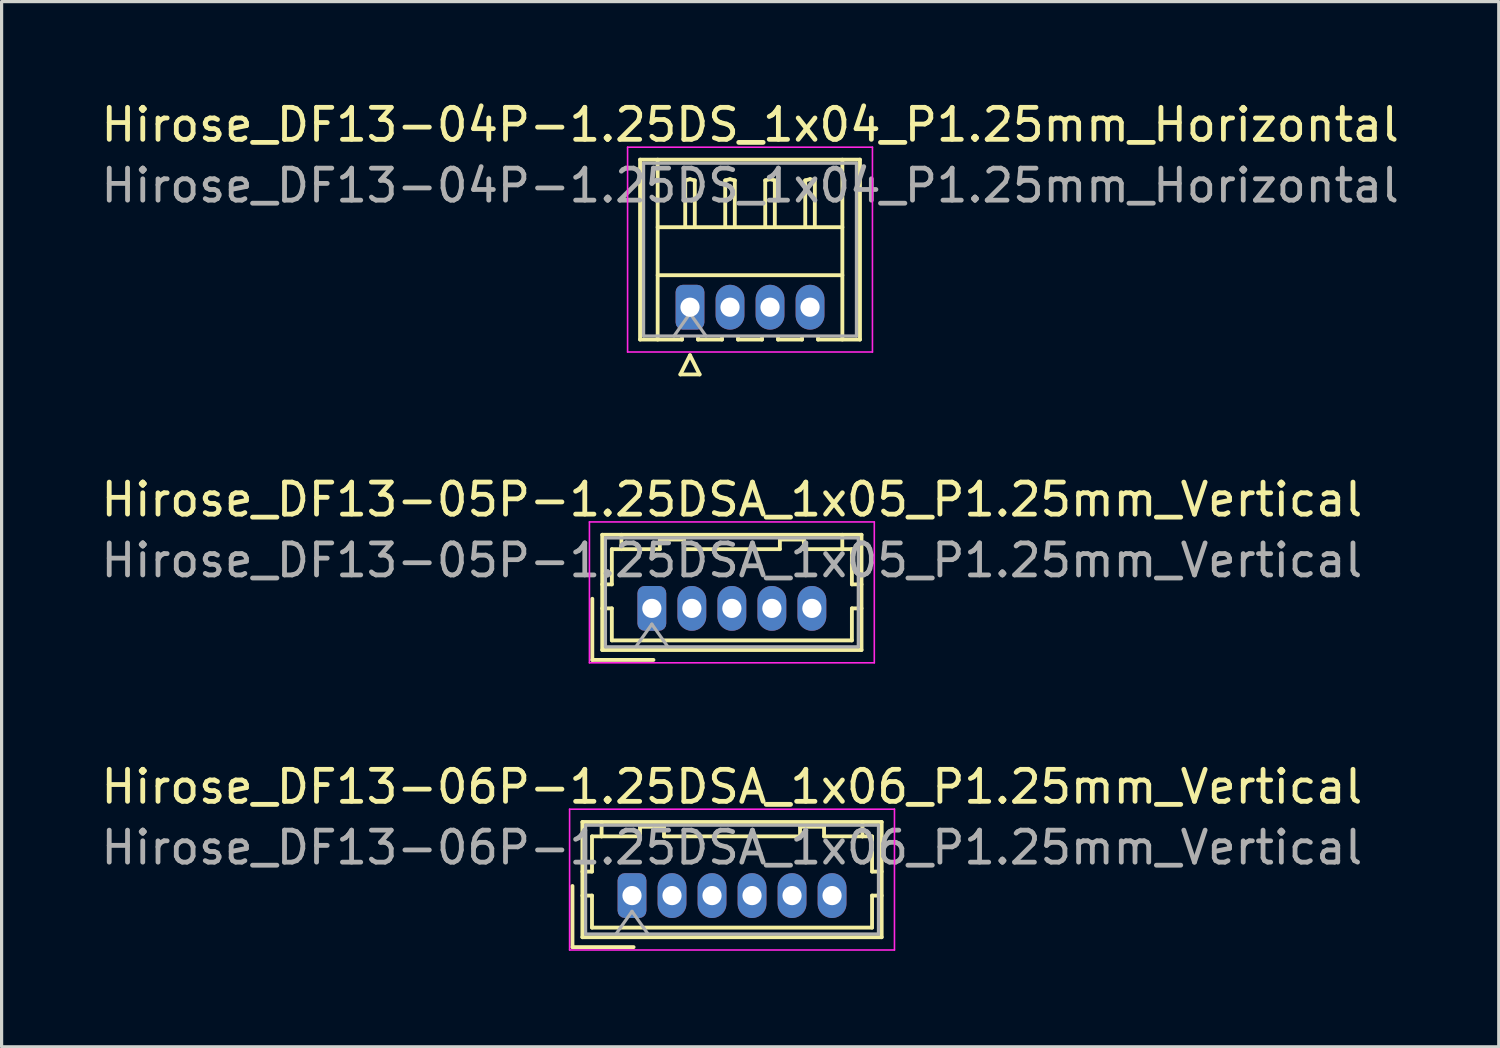
<source format=kicad_pcb>
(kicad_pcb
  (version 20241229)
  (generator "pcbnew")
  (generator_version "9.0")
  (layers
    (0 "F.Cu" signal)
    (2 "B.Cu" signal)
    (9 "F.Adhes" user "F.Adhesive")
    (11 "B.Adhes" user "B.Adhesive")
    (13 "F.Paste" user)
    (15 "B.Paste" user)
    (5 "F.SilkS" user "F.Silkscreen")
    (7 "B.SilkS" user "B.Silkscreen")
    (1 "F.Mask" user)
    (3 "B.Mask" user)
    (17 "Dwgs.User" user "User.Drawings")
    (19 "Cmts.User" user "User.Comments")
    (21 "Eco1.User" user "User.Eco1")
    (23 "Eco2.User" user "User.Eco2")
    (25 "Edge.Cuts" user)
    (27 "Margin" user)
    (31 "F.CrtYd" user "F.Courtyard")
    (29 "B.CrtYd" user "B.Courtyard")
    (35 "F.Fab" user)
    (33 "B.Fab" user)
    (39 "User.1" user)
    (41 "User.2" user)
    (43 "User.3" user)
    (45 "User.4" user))
  (footprint "Hirose_DF13-05P-1.25DSA_1x05_P1.25mm_Vertical"
    (layer "F.Cu")
    (at 17.315 15.957)
    (property "Reference" "Hirose_DF13-05P-1.25DSA_1x05_P1.25mm_Vertical" (at 2.5 -3.4 0) (layer "F.SilkS") (effects (font (size 1 1) (thickness 0.15))))
    (attr through_hole)
    (fp_line (start -1.86 -0.3) (end -1.86 1.61) (stroke (width 0.12) (type solid)) (layer "F.SilkS"))
    (fp_line (start -1.86 1.61) (end 0.05 1.61) (stroke (width 0.12) (type solid)) (layer "F.SilkS"))
    (fp_line (start -1.55 -2.3) (end -1.55 1.3) (stroke (width 0.12) (type solid)) (layer "F.SilkS"))
    (fp_line (start -1.55 -0.75) (end -1.25 -0.75) (stroke (width 0.12) (type solid)) (layer "F.SilkS"))
    (fp_line (start -1.55 0) (end -1.25 0) (stroke (width 0.12) (type solid)) (layer "F.SilkS"))
    (fp_line (start -1.55 1.3) (end 6.55 1.3) (stroke (width 0.12) (type solid)) (layer "F.SilkS"))
    (fp_line (start -1.25 -1.85) (end -0.95 -1.85) (stroke (width 0.12) (type solid)) (layer "F.SilkS"))
    (fp_line (start -1.25 -0.75) (end -1.25 -1.85) (stroke (width 0.12) (type solid)) (layer "F.SilkS"))
    (fp_line (start -1.25 0) (end -1.25 1) (stroke (width 0.12) (type solid)) (layer "F.SilkS"))
    (fp_line (start -1.25 1) (end 6.25 1) (stroke (width 0.12) (type solid)) (layer "F.SilkS"))
    (fp_line (start -0.95 -1.85) (end -0.95 -2.3) (stroke (width 0.12) (type solid)) (layer "F.SilkS"))
    (fp_line (start -0.95 -1.85) (end 0.25 -1.85) (stroke (width 0.12) (type solid)) (layer "F.SilkS"))
    (fp_line (start 0.25 -2.15) (end 1 -2.15) (stroke (width 0.12) (type solid)) (layer "F.SilkS"))
    (fp_line (start 0.25 -1.85) (end 0.25 -2.15) (stroke (width 0.12) (type solid)) (layer "F.SilkS"))
    (fp_line (start 1 -2.15) (end 1 -1.85) (stroke (width 0.12) (type solid)) (layer "F.SilkS"))
    (fp_line (start 1 -1.85) (end 4 -1.85) (stroke (width 0.12) (type solid)) (layer "F.SilkS"))
    (fp_line (start 4 -2.15) (end 4.75 -2.15) (stroke (width 0.12) (type solid)) (layer "F.SilkS"))
    (fp_line (start 4 -1.85) (end 4 -2.15) (stroke (width 0.12) (type solid)) (layer "F.SilkS"))
    (fp_line (start 4.75 -2.15) (end 4.75 -1.85) (stroke (width 0.12) (type solid)) (layer "F.SilkS"))
    (fp_line (start 4.75 -1.85) (end 5.95 -1.85) (stroke (width 0.12) (type solid)) (layer "F.SilkS"))
    (fp_line (start 5.95 -1.85) (end 5.95 -2.3) (stroke (width 0.12) (type solid)) (layer "F.SilkS"))
    (fp_line (start 6.25 -1.85) (end 5.95 -1.85) (stroke (width 0.12) (type solid)) (layer "F.SilkS"))
    (fp_line (start 6.25 -0.75) (end 6.25 -1.85) (stroke (width 0.12) (type solid)) (layer "F.SilkS"))
    (fp_line (start 6.25 0) (end 6.55 0) (stroke (width 0.12) (type solid)) (layer "F.SilkS"))
    (fp_line (start 6.25 1) (end 6.25 0) (stroke (width 0.12) (type solid)) (layer "F.SilkS"))
    (fp_line (start 6.55 -2.3) (end -1.55 -2.3) (stroke (width 0.12) (type solid)) (layer "F.SilkS"))
    (fp_line (start 6.55 -0.75) (end 6.25 -0.75) (stroke (width 0.12) (type solid)) (layer "F.SilkS"))
    (fp_line (start 6.55 1.3) (end 6.55 -2.3) (stroke (width 0.12) (type solid)) (layer "F.SilkS"))
    (fp_line (start -1.95 -2.7) (end -1.95 1.7) (stroke (width 0.05) (type solid)) (layer "F.CrtYd"))
    (fp_line (start -1.95 1.7) (end 6.95 1.7) (stroke (width 0.05) (type solid)) (layer "F.CrtYd"))
    (fp_line (start 6.95 -2.7) (end -1.95 -2.7) (stroke (width 0.05) (type solid)) (layer "F.CrtYd"))
    (fp_line (start 6.95 1.7) (end 6.95 -2.7) (stroke (width 0.05) (type solid)) (layer "F.CrtYd"))
    (fp_line (start -1.45 -2.2) (end -1.45 1.2) (stroke (width 0.1) (type solid)) (layer "F.Fab"))
    (fp_line (start -1.45 1.2) (end 6.45 1.2) (stroke (width 0.1) (type solid)) (layer "F.Fab"))
    (fp_line (start -0.5 1.2) (end 0 0.493) (stroke (width 0.1) (type solid)) (layer "F.Fab"))
    (fp_line (start 0 0.493) (end 0.5 1.2) (stroke (width 0.1) (type solid)) (layer "F.Fab"))
    (fp_line (start 6.45 -2.2) (end -1.45 -2.2) (stroke (width 0.1) (type solid)) (layer "F.Fab"))
    (fp_line (start 6.45 1.2) (end 6.45 -2.2) (stroke (width 0.1) (type solid)) (layer "F.Fab"))
    (fp_text user "${REFERENCE}" (at 2.5 -1.5 0) (layer "F.Fab") (effects (font (size 1 1) (thickness 0.15))))
    (pad "1" thru_hole roundrect (at 0 0) (size 0.9 1.4) (drill 0.6) (layers "*.Cu" "*.Mask") (roundrect_rratio 0.25))
    (pad "2" thru_hole oval (at 1.25 0) (size 0.9 1.4) (drill 0.6) (layers "*.Cu" "*.Mask"))
    (pad "3" thru_hole oval (at 2.5 0) (size 0.9 1.4) (drill 0.6) (layers "*.Cu" "*.Mask"))
    (pad "4" thru_hole oval (at 3.75 0) (size 0.9 1.4) (drill 0.6) (layers "*.Cu" "*.Mask"))
    (pad "5" thru_hole oval (at 5 0) (size 0.9 1.4) (drill 0.6) (layers "*.Cu" "*.Mask")))
  (footprint "Hirose_DF13-06P-1.25DSA_1x06_P1.25mm_Vertical"
    (layer "F.Cu")
    (at 16.695 24.93)
    (property "Reference" "Hirose_DF13-06P-1.25DSA_1x06_P1.25mm_Vertical" (at 3.12 -3.4 0) (layer "F.SilkS") (effects (font (size 1 1) (thickness 0.15))))
    (attr through_hole)
    (fp_line (start -1.86 -0.3) (end -1.86 1.61) (stroke (width 0.12) (type solid)) (layer "F.SilkS"))
    (fp_line (start -1.86 1.61) (end 0.05 1.61) (stroke (width 0.12) (type solid)) (layer "F.SilkS"))
    (fp_line (start -1.55 -2.3) (end -1.55 1.3) (stroke (width 0.12) (type solid)) (layer "F.SilkS"))
    (fp_line (start -1.55 -0.75) (end -1.25 -0.75) (stroke (width 0.12) (type solid)) (layer "F.SilkS"))
    (fp_line (start -1.55 0) (end -1.25 0) (stroke (width 0.12) (type solid)) (layer "F.SilkS"))
    (fp_line (start -1.55 1.3) (end 7.8 1.3) (stroke (width 0.12) (type solid)) (layer "F.SilkS"))
    (fp_line (start -1.25 -1.85) (end -0.95 -1.85) (stroke (width 0.12) (type solid)) (layer "F.SilkS"))
    (fp_line (start -1.25 -0.75) (end -1.25 -1.85) (stroke (width 0.12) (type solid)) (layer "F.SilkS"))
    (fp_line (start -1.25 0) (end -1.25 1) (stroke (width 0.12) (type solid)) (layer "F.SilkS"))
    (fp_line (start -1.25 1) (end 7.5 1) (stroke (width 0.12) (type solid)) (layer "F.SilkS"))
    (fp_line (start -0.95 -1.85) (end -0.95 -2.3) (stroke (width 0.12) (type solid)) (layer "F.SilkS"))
    (fp_line (start -0.95 -1.85) (end 0.25 -1.85) (stroke (width 0.12) (type solid)) (layer "F.SilkS"))
    (fp_line (start 0.25 -2.15) (end 1 -2.15) (stroke (width 0.12) (type solid)) (layer "F.SilkS"))
    (fp_line (start 0.25 -1.85) (end 0.25 -2.15) (stroke (width 0.12) (type solid)) (layer "F.SilkS"))
    (fp_line (start 1 -2.15) (end 1 -1.85) (stroke (width 0.12) (type solid)) (layer "F.SilkS"))
    (fp_line (start 1 -1.85) (end 5.25 -1.85) (stroke (width 0.12) (type solid)) (layer "F.SilkS"))
    (fp_line (start 5.25 -2.15) (end 6 -2.15) (stroke (width 0.12) (type solid)) (layer "F.SilkS"))
    (fp_line (start 5.25 -1.85) (end 5.25 -2.15) (stroke (width 0.12) (type solid)) (layer "F.SilkS"))
    (fp_line (start 6 -2.15) (end 6 -1.85) (stroke (width 0.12) (type solid)) (layer "F.SilkS"))
    (fp_line (start 6 -1.85) (end 7.2 -1.85) (stroke (width 0.12) (type solid)) (layer "F.SilkS"))
    (fp_line (start 7.2 -1.85) (end 7.2 -2.3) (stroke (width 0.12) (type solid)) (layer "F.SilkS"))
    (fp_line (start 7.5 -1.85) (end 7.2 -1.85) (stroke (width 0.12) (type solid)) (layer "F.SilkS"))
    (fp_line (start 7.5 -0.75) (end 7.5 -1.85) (stroke (width 0.12) (type solid)) (layer "F.SilkS"))
    (fp_line (start 7.5 0) (end 7.8 0) (stroke (width 0.12) (type solid)) (layer "F.SilkS"))
    (fp_line (start 7.5 1) (end 7.5 0) (stroke (width 0.12) (type solid)) (layer "F.SilkS"))
    (fp_line (start 7.8 -2.3) (end -1.55 -2.3) (stroke (width 0.12) (type solid)) (layer "F.SilkS"))
    (fp_line (start 7.8 -0.75) (end 7.5 -0.75) (stroke (width 0.12) (type solid)) (layer "F.SilkS"))
    (fp_line (start 7.8 1.3) (end 7.8 -2.3) (stroke (width 0.12) (type solid)) (layer "F.SilkS"))
    (fp_line (start -1.95 -2.7) (end -1.95 1.7) (stroke (width 0.05) (type solid)) (layer "F.CrtYd"))
    (fp_line (start -1.95 1.7) (end 8.2 1.7) (stroke (width 0.05) (type solid)) (layer "F.CrtYd"))
    (fp_line (start 8.2 -2.7) (end -1.95 -2.7) (stroke (width 0.05) (type solid)) (layer "F.CrtYd"))
    (fp_line (start 8.2 1.7) (end 8.2 -2.7) (stroke (width 0.05) (type solid)) (layer "F.CrtYd"))
    (fp_line (start -1.45 -2.2) (end -1.45 1.2) (stroke (width 0.1) (type solid)) (layer "F.Fab"))
    (fp_line (start -1.45 1.2) (end 7.7 1.2) (stroke (width 0.1) (type solid)) (layer "F.Fab"))
    (fp_line (start -0.5 1.2) (end 0 0.493) (stroke (width 0.1) (type solid)) (layer "F.Fab"))
    (fp_line (start 0 0.493) (end 0.5 1.2) (stroke (width 0.1) (type solid)) (layer "F.Fab"))
    (fp_line (start 7.7 -2.2) (end -1.45 -2.2) (stroke (width 0.1) (type solid)) (layer "F.Fab"))
    (fp_line (start 7.7 1.2) (end 7.7 -2.2) (stroke (width 0.1) (type solid)) (layer "F.Fab"))
    (fp_text user "${REFERENCE}" (at 3.12 -1.5 0) (layer "F.Fab") (effects (font (size 1 1) (thickness 0.15))))
    (pad "1" thru_hole roundrect (at 0 0) (size 0.9 1.4) (drill 0.6) (layers "*.Cu" "*.Mask") (roundrect_rratio 0.25))
    (pad "2" thru_hole oval (at 1.25 0) (size 0.9 1.4) (drill 0.6) (layers "*.Cu" "*.Mask"))
    (pad "3" thru_hole oval (at 2.5 0) (size 0.9 1.4) (drill 0.6) (layers "*.Cu" "*.Mask"))
    (pad "4" thru_hole oval (at 3.75 0) (size 0.9 1.4) (drill 0.6) (layers "*.Cu" "*.Mask"))
    (pad "5" thru_hole oval (at 5 0) (size 0.9 1.4) (drill 0.6) (layers "*.Cu" "*.Mask"))
    (pad "6" thru_hole oval (at 6.25 0) (size 0.9 1.4) (drill 0.6) (layers "*.Cu" "*.Mask")))
  (footprint "Hirose_DF13-04P-1.25DS_1x04_P1.25mm_Horizontal"
    (layer "F.Cu")
    (at 18.507 6.548)
    (property "Reference" "Hirose_DF13-04P-1.25DS_1x04_P1.25mm_Horizontal" (at 1.88 -5.7 0) (layer "F.SilkS") (effects (font (size 1 1) (thickness 0.15))))
    (attr through_hole)
    (fp_line (start -1.56 -4.61) (end 5.31 -4.61) (stroke (width 0.12) (type solid)) (layer "F.SilkS"))
    (fp_line (start -1.56 1.01) (end -1.56 -4.61) (stroke (width 0.12) (type solid)) (layer "F.SilkS"))
    (fp_line (start -1.01 -4.61) (end -1.01 1.01) (stroke (width 0.12) (type solid)) (layer "F.SilkS"))
    (fp_line (start -1.01 -2.5) (end 4.76 -2.5) (stroke (width 0.12) (type solid)) (layer "F.SilkS"))
    (fp_line (start -1.01 -1) (end 4.76 -1) (stroke (width 0.12) (type solid)) (layer "F.SilkS"))
    (fp_line (start -0.3 2.1) (end 0.3 2.1) (stroke (width 0.12) (type solid)) (layer "F.SilkS"))
    (fp_line (start -0.25 0.96) (end -0.25 1.01) (stroke (width 0.12) (type solid)) (layer "F.SilkS"))
    (fp_line (start -0.25 1.01) (end -1.56 1.01) (stroke (width 0.12) (type solid)) (layer "F.SilkS"))
    (fp_line (start -0.15 -3.962) (end 0 -4) (stroke (width 0.12) (type solid)) (layer "F.SilkS"))
    (fp_line (start -0.15 -2.5) (end -0.15 -3.962) (stroke (width 0.12) (type solid)) (layer "F.SilkS"))
    (fp_line (start 0 -4) (end 0.15 -3.962) (stroke (width 0.12) (type solid)) (layer "F.SilkS"))
    (fp_line (start 0 1.5) (end -0.3 2.1) (stroke (width 0.12) (type solid)) (layer "F.SilkS"))
    (fp_line (start 0.15 -3.962) (end 0.15 -2.5) (stroke (width 0.12) (type solid)) (layer "F.SilkS"))
    (fp_line (start 0.25 0.96) (end 0.25 1.01) (stroke (width 0.12) (type solid)) (layer "F.SilkS"))
    (fp_line (start 0.25 1.01) (end 1 1.01) (stroke (width 0.12) (type solid)) (layer "F.SilkS"))
    (fp_line (start 0.3 2.1) (end 0 1.5) (stroke (width 0.12) (type solid)) (layer "F.SilkS"))
    (fp_line (start 1 1.01) (end 1 0.96) (stroke (width 0.12) (type solid)) (layer "F.SilkS"))
    (fp_line (start 1.1 -3.962) (end 1.25 -4) (stroke (width 0.12) (type solid)) (layer "F.SilkS"))
    (fp_line (start 1.1 -2.5) (end 1.1 -3.962) (stroke (width 0.12) (type solid)) (layer "F.SilkS"))
    (fp_line (start 1.25 -4) (end 1.4 -3.962) (stroke (width 0.12) (type solid)) (layer "F.SilkS"))
    (fp_line (start 1.4 -3.962) (end 1.4 -2.5) (stroke (width 0.12) (type solid)) (layer "F.SilkS"))
    (fp_line (start 1.5 0.96) (end 1.5 1.01) (stroke (width 0.12) (type solid)) (layer "F.SilkS"))
    (fp_line (start 1.5 1.01) (end 2.25 1.01) (stroke (width 0.12) (type solid)) (layer "F.SilkS"))
    (fp_line (start 2.25 1.01) (end 2.25 0.96) (stroke (width 0.12) (type solid)) (layer "F.SilkS"))
    (fp_line (start 2.35 -3.962) (end 2.5 -4) (stroke (width 0.12) (type solid)) (layer "F.SilkS"))
    (fp_line (start 2.35 -2.5) (end 2.35 -3.962) (stroke (width 0.12) (type solid)) (layer "F.SilkS"))
    (fp_line (start 2.5 -4) (end 2.65 -3.962) (stroke (width 0.12) (type solid)) (layer "F.SilkS"))
    (fp_line (start 2.65 -3.962) (end 2.65 -2.5) (stroke (width 0.12) (type solid)) (layer "F.SilkS"))
    (fp_line (start 2.75 0.96) (end 2.75 1.01) (stroke (width 0.12) (type solid)) (layer "F.SilkS"))
    (fp_line (start 2.75 1.01) (end 3.5 1.01) (stroke (width 0.12) (type solid)) (layer "F.SilkS"))
    (fp_line (start 3.5 1.01) (end 3.5 0.96) (stroke (width 0.12) (type solid)) (layer "F.SilkS"))
    (fp_line (start 3.6 -3.962) (end 3.75 -4) (stroke (width 0.12) (type solid)) (layer "F.SilkS"))
    (fp_line (start 3.6 -2.5) (end 3.6 -3.962) (stroke (width 0.12) (type solid)) (layer "F.SilkS"))
    (fp_line (start 3.75 -4) (end 3.9 -3.962) (stroke (width 0.12) (type solid)) (layer "F.SilkS"))
    (fp_line (start 3.9 -3.962) (end 3.9 -2.5) (stroke (width 0.12) (type solid)) (layer "F.SilkS"))
    (fp_line (start 4 1.01) (end 4 0.96) (stroke (width 0.12) (type solid)) (layer "F.SilkS"))
    (fp_line (start 4.76 -4.61) (end 4.76 1.01) (stroke (width 0.12) (type solid)) (layer "F.SilkS"))
    (fp_line (start 5.31 -4.61) (end 5.31 1.01) (stroke (width 0.12) (type solid)) (layer "F.SilkS"))
    (fp_line (start 5.31 1.01) (end 4 1.01) (stroke (width 0.12) (type solid)) (layer "F.SilkS"))
    (fp_line (start -1.95 -5) (end -1.95 1.4) (stroke (width 0.05) (type solid)) (layer "F.CrtYd"))
    (fp_line (start -1.95 1.4) (end 5.7 1.4) (stroke (width 0.05) (type solid)) (layer "F.CrtYd"))
    (fp_line (start 5.7 -5) (end -1.95 -5) (stroke (width 0.05) (type solid)) (layer "F.CrtYd"))
    (fp_line (start 5.7 1.4) (end 5.7 -5) (stroke (width 0.05) (type solid)) (layer "F.CrtYd"))
    (fp_line (start -1.45 -4.5) (end -1.45 0.9) (stroke (width 0.1) (type solid)) (layer "F.Fab"))
    (fp_line (start -1.45 0.9) (end 5.2 0.9) (stroke (width 0.1) (type solid)) (layer "F.Fab"))
    (fp_line (start -0.5 0.9) (end 0 0.193) (stroke (width 0.1) (type solid)) (layer "F.Fab"))
    (fp_line (start 0 0.193) (end 0.5 0.9) (stroke (width 0.1) (type solid)) (layer "F.Fab"))
    (fp_line (start 5.2 -4.5) (end -1.45 -4.5) (stroke (width 0.1) (type solid)) (layer "F.Fab"))
    (fp_line (start 5.2 0.9) (end 5.2 -4.5) (stroke (width 0.1) (type solid)) (layer "F.Fab"))
    (fp_text user "${REFERENCE}" (at 1.88 -3.8 0) (layer "F.Fab") (effects (font (size 1 1) (thickness 0.15))))
    (pad "1" thru_hole roundrect (at 0 0) (size 0.9 1.4) (drill 0.6) (layers "*.Cu" "*.Mask") (roundrect_rratio 0.25))
    (pad "2" thru_hole oval (at 1.25 0) (size 0.9 1.4) (drill 0.6) (layers "*.Cu" "*.Mask"))
    (pad "3" thru_hole oval (at 2.5 0) (size 0.9 1.4) (drill 0.6) (layers "*.Cu" "*.Mask"))
    (pad "4" thru_hole oval (at 3.75 0) (size 0.9 1.4) (drill 0.6) (layers "*.Cu" "*.Mask")))
  (gr_rect
    (start -3 -3)
    (end 43.774 29.655)
    (stroke (width 0.1) (type default))
    (fill no)
    (layer "Edge.Cuts")))
</source>
